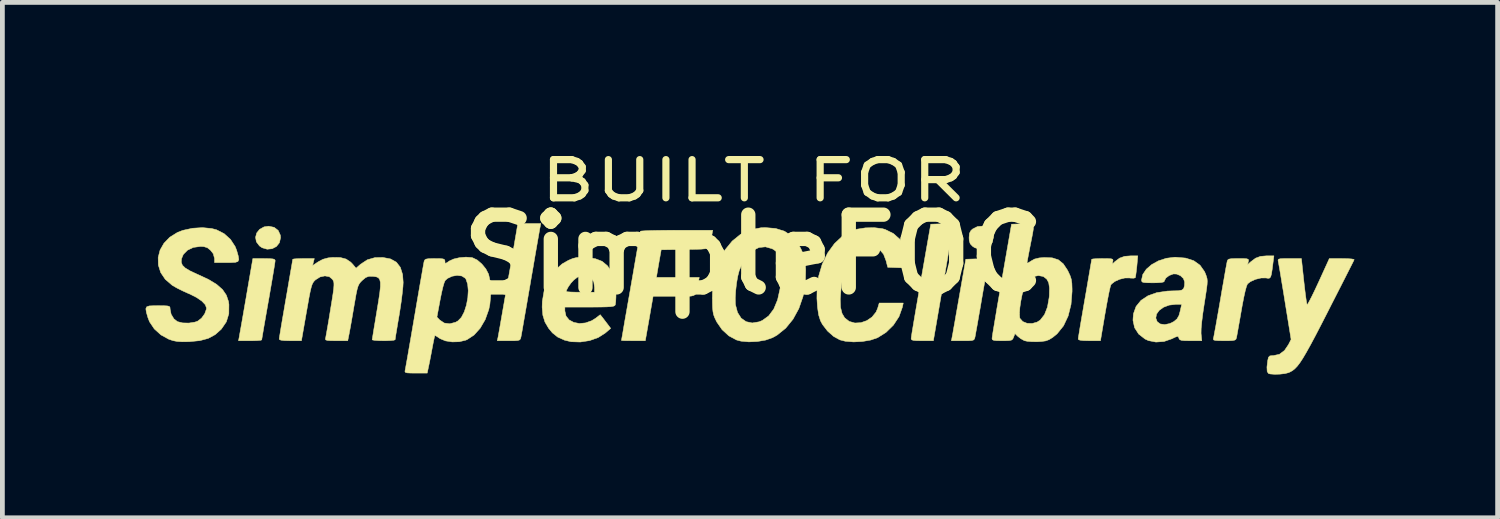
<source format=kicad_pcb>
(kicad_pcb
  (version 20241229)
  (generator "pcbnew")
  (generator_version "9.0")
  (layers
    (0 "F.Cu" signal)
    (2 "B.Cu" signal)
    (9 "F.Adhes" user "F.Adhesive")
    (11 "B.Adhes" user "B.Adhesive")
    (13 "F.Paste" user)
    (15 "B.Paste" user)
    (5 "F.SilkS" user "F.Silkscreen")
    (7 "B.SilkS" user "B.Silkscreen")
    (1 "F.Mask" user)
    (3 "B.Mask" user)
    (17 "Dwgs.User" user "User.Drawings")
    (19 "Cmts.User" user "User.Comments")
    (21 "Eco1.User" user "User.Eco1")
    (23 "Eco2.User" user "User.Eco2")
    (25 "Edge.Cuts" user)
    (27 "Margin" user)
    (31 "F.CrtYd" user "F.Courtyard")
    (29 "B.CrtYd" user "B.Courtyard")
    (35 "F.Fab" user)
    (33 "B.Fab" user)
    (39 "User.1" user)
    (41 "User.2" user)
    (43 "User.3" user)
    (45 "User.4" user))
  (footprint "SimpleFOC"
    (layer "F.Cu")
    (at 12.733 2.281)
    (property "Reference" "SimpleFOC" (at 0 0 0) (layer "F.SilkS") (effects (font (size 1.524 1.524) (thickness 0.3))))
    (attr through_hole)
    (fp_poly (pts (xy -10.04 -0.569) (xy -9.956 -0.504) (xy -9.911 -0.405) (xy -9.906 -0.353) (xy -9.93 -0.247) (xy -9.993 -0.168) (xy -10.083 -0.121) (xy -10.187 -0.111) (xy -10.293 -0.142) (xy -10.348 -0.18) (xy -10.413 -0.266) (xy -10.43 -0.36) (xy -10.406 -0.451) (xy -10.344 -0.528) (xy -10.251 -0.579) (xy -10.157 -0.593) (xy -10.04 -0.569)) (stroke (width 0.01) (type solid)) (fill yes) (layer "F.SilkS"))
    (fp_poly (pts (xy 4.899 -0.562) (xy 4.976 -0.496) (xy 5.019 -0.402) (xy 5.024 -0.353) (xy 4.999 -0.247) (xy 4.936 -0.168) (xy 4.845 -0.121) (xy 4.74 -0.111) (xy 4.634 -0.143) (xy 4.59 -0.171) (xy 4.54 -0.224) (xy 4.519 -0.291) (xy 4.516 -0.353) (xy 4.523 -0.442) (xy 4.554 -0.501) (xy 4.59 -0.534) (xy 4.693 -0.586) (xy 4.8 -0.594) (xy 4.899 -0.562)) (stroke (width 0.01) (type solid)) (fill yes) (layer "F.SilkS"))
    (fp_poly (pts (xy 4.14 -0.64) (xy 4.173 -0.626) (xy 4.178 -0.615) (xy 4.173 -0.58) (xy 4.16 -0.496) (xy 4.139 -0.368) (xy 4.112 -0.201) (xy 4.079 -0.003) (xy 4.041 0.221) (xy 3.999 0.465) (xy 3.973 0.614) (xy 3.768 1.806) (xy 3.535 1.806) (xy 3.42 1.805) (xy 3.35 1.799) (xy 3.314 1.787) (xy 3.303 1.765) (xy 3.303 1.757) (xy 3.308 1.719) (xy 3.321 1.632) (xy 3.343 1.501) (xy 3.371 1.333) (xy 3.405 1.134) (xy 3.444 0.909) (xy 3.486 0.665) (xy 3.508 0.536) (xy 3.713 -0.635) (xy 3.945 -0.643) (xy 4.066 -0.645) (xy 4.14 -0.64)) (stroke (width 0.01) (type solid)) (fill yes) (layer "F.SilkS"))
    (fp_poly (pts (xy -10.135 0.087) (xy -10.063 0.093) (xy -10.028 0.107) (xy -10.019 0.127) (xy -10.024 0.165) (xy -10.037 0.251) (xy -10.058 0.378) (xy -10.085 0.538) (xy -10.117 0.724) (xy -10.152 0.928) (xy -10.16 0.971) (xy -10.196 1.176) (xy -10.229 1.364) (xy -10.257 1.525) (xy -10.279 1.655) (xy -10.294 1.744) (xy -10.301 1.787) (xy -10.301 1.789) (xy -10.327 1.797) (xy -10.397 1.803) (xy -10.497 1.806) (xy -10.544 1.806) (xy -10.787 1.806) (xy -10.772 1.729) (xy -10.764 1.681) (xy -10.747 1.586) (xy -10.723 1.451) (xy -10.694 1.285) (xy -10.661 1.094) (xy -10.625 0.888) (xy -10.622 0.868) (xy -10.487 0.085) (xy -10.253 0.085) (xy -10.135 0.087)) (stroke (width 0.01) (type solid)) (fill yes) (layer "F.SilkS"))
    (fp_poly (pts (xy 4.879 0.09) (xy 4.915 0.099) (xy 4.925 0.117) (xy 4.922 0.133) (xy 4.915 0.174) (xy 4.899 0.262) (xy 4.876 0.39) (xy 4.848 0.55) (xy 4.815 0.733) (xy 4.783 0.917) (xy 4.749 1.118) (xy 4.716 1.303) (xy 4.688 1.466) (xy 4.664 1.597) (xy 4.648 1.688) (xy 4.64 1.729) (xy 4.63 1.766) (xy 4.612 1.789) (xy 4.574 1.801) (xy 4.503 1.806) (xy 4.388 1.806) (xy 4.146 1.806) (xy 4.163 1.714) (xy 4.173 1.663) (xy 4.19 1.564) (xy 4.215 1.426) (xy 4.244 1.257) (xy 4.278 1.066) (xy 4.314 0.861) (xy 4.314 0.861) (xy 4.447 0.099) (xy 4.691 0.091) (xy 4.808 0.088) (xy 4.879 0.09)) (stroke (width 0.01) (type solid)) (fill yes) (layer "F.SilkS"))
    (fp_poly (pts (xy -4.47 -0.572) (xy -4.479 -0.527) (xy -4.495 -0.433) (xy -4.519 -0.297) (xy -4.549 -0.125) (xy -4.584 0.076) (xy -4.622 0.3) (xy -4.664 0.54) (xy -4.67 0.579) (xy -4.712 0.82) (xy -4.751 1.047) (xy -4.787 1.253) (xy -4.818 1.43) (xy -4.842 1.572) (xy -4.86 1.672) (xy -4.87 1.725) (xy -4.871 1.729) (xy -4.881 1.766) (xy -4.899 1.789) (xy -4.937 1.801) (xy -5.008 1.806) (xy -5.123 1.806) (xy -5.367 1.806) (xy -5.35 1.729) (xy -5.342 1.685) (xy -5.326 1.596) (xy -5.303 1.466) (xy -5.275 1.304) (xy -5.242 1.116) (xy -5.206 0.909) (xy -5.168 0.691) (xy -5.129 0.468) (xy -5.09 0.248) (xy -5.054 0.037) (xy -5.02 -0.157) (xy -4.991 -0.328) (xy -4.967 -0.467) (xy -4.95 -0.569) (xy -4.94 -0.627) (xy -4.939 -0.637) (xy -4.913 -0.642) (xy -4.843 -0.647) (xy -4.743 -0.649) (xy -4.697 -0.649) (xy -4.455 -0.649) (xy -4.47 -0.572)) (stroke (width 0.01) (type solid)) (fill yes) (layer "F.SilkS"))
    (fp_poly (pts (xy 8.03 0.247) (xy 8.018 0.353) (xy 8.007 0.437) (xy 7.998 0.483) (xy 7.996 0.487) (xy 7.963 0.496) (xy 7.896 0.494) (xy 7.876 0.491) (xy 7.778 0.492) (xy 7.669 0.519) (xy 7.569 0.564) (xy 7.499 0.619) (xy 7.485 0.639) (xy 7.472 0.682) (xy 7.451 0.772) (xy 7.426 0.898) (xy 7.397 1.052) (xy 7.367 1.223) (xy 7.362 1.249) (xy 7.268 1.806) (xy 7.035 1.806) (xy 6.91 1.803) (xy 6.836 1.794) (xy 6.804 1.778) (xy 6.802 1.77) (xy 6.806 1.734) (xy 6.82 1.65) (xy 6.84 1.525) (xy 6.867 1.366) (xy 6.899 1.181) (xy 6.934 0.976) (xy 6.943 0.926) (xy 6.979 0.719) (xy 7.011 0.531) (xy 7.039 0.368) (xy 7.061 0.238) (xy 7.077 0.147) (xy 7.083 0.103) (xy 7.084 0.101) (xy 7.11 0.093) (xy 7.179 0.088) (xy 7.278 0.085) (xy 7.313 0.085) (xy 7.426 0.086) (xy 7.492 0.09) (xy 7.524 0.101) (xy 7.531 0.122) (xy 7.526 0.144) (xy 7.511 0.204) (xy 7.572 0.148) (xy 7.67 0.075) (xy 7.774 0.038) (xy 7.904 0.028) (xy 8.05 0.028) (xy 8.03 0.247)) (stroke (width 0.01) (type solid)) (fill yes) (layer "F.SilkS"))
    (fp_poly (pts (xy -0.878 -0.374) (xy -0.893 -0.282) (xy -0.906 -0.214) (xy -0.925 -0.167) (xy -0.958 -0.137) (xy -1.014 -0.12) (xy -1.099 -0.112) (xy -1.223 -0.109) (xy -1.394 -0.107) (xy -1.432 -0.106) (xy -1.933 -0.099) (xy -1.966 0.085) (xy -1.986 0.2) (xy -2.005 0.31) (xy -2.016 0.374) (xy -2.033 0.48) (xy -1.136 0.48) (xy -1.162 0.614) (xy -1.179 0.712) (xy -1.194 0.782) (xy -1.214 0.829) (xy -1.249 0.857) (xy -1.306 0.871) (xy -1.396 0.876) (xy -1.527 0.875) (xy -1.659 0.875) (xy -2.103 0.875) (xy -2.184 1.341) (xy -2.266 1.806) (xy -2.516 1.806) (xy -2.627 1.805) (xy -2.712 1.804) (xy -2.76 1.801) (xy -2.766 1.799) (xy -2.761 1.771) (xy -2.747 1.693) (xy -2.726 1.571) (xy -2.699 1.411) (xy -2.665 1.219) (xy -2.627 1.001) (xy -2.585 0.763) (xy -2.568 0.664) (xy -2.525 0.418) (xy -2.486 0.19) (xy -2.45 -0.014) (xy -2.42 -0.19) (xy -2.396 -0.33) (xy -2.38 -0.429) (xy -2.371 -0.48) (xy -2.371 -0.486) (xy -2.344 -0.492) (xy -2.267 -0.497) (xy -2.149 -0.502) (xy -1.997 -0.505) (xy -1.817 -0.507) (xy -1.617 -0.508) (xy -0.854 -0.508) (xy -0.878 -0.374)) (stroke (width 0.01) (type solid)) (fill yes) (layer "F.SilkS"))
    (fp_poly (pts (xy 10.882 0.176) (xy 10.864 0.318) (xy 10.849 0.412) (xy 10.833 0.467) (xy 10.812 0.493) (xy 10.782 0.499) (xy 10.739 0.492) (xy 10.734 0.491) (xy 10.632 0.492) (xy 10.515 0.52) (xy 10.409 0.568) (xy 10.349 0.615) (xy 10.328 0.662) (xy 10.301 0.758) (xy 10.27 0.898) (xy 10.236 1.074) (xy 10.219 1.171) (xy 10.19 1.338) (xy 10.163 1.489) (xy 10.141 1.614) (xy 10.125 1.702) (xy 10.117 1.743) (xy 10.106 1.774) (xy 10.083 1.792) (xy 10.036 1.802) (xy 9.954 1.806) (xy 9.861 1.806) (xy 9.744 1.805) (xy 9.674 1.8) (xy 9.64 1.79) (xy 9.632 1.771) (xy 9.634 1.757) (xy 9.643 1.717) (xy 9.659 1.629) (xy 9.683 1.501) (xy 9.711 1.341) (xy 9.744 1.156) (xy 9.778 0.96) (xy 9.812 0.758) (xy 9.845 0.572) (xy 9.873 0.41) (xy 9.896 0.28) (xy 9.913 0.19) (xy 9.921 0.148) (xy 9.932 0.116) (xy 9.957 0.097) (xy 10.006 0.088) (xy 10.094 0.085) (xy 10.158 0.085) (xy 10.269 0.085) (xy 10.334 0.09) (xy 10.364 0.102) (xy 10.37 0.123) (xy 10.365 0.148) (xy 10.349 0.212) (xy 10.417 0.152) (xy 10.517 0.077) (xy 10.619 0.039) (xy 10.748 0.028) (xy 10.754 0.028) (xy 10.901 0.028) (xy 10.882 0.176)) (stroke (width 0.01) (type solid)) (fill yes) (layer "F.SilkS"))
    (fp_poly (pts (xy 2.699 -0.541) (xy 2.756 -0.525) (xy 2.931 -0.439) (xy 3.077 -0.309) (xy 3.186 -0.145) (xy 3.253 0.044) (xy 3.266 0.129) (xy 3.282 0.285) (xy 3.047 0.276) (xy 2.812 0.268) (xy 2.777 0.131) (xy 2.724 -0.008) (xy 2.644 -0.1) (xy 2.534 -0.15) (xy 2.496 -0.157) (xy 2.336 -0.156) (xy 2.194 -0.101) (xy 2.097 -0.021) (xy 2.018 0.073) (xy 1.958 0.177) (xy 1.911 0.301) (xy 1.874 0.456) (xy 1.842 0.654) (xy 1.834 0.72) (xy 1.817 0.935) (xy 1.823 1.104) (xy 1.855 1.234) (xy 1.91 1.327) (xy 2.006 1.402) (xy 2.124 1.435) (xy 2.25 1.428) (xy 2.374 1.385) (xy 2.483 1.31) (xy 2.567 1.206) (xy 2.601 1.126) (xy 2.634 1.016) (xy 3.137 1.016) (xy 3.117 1.108) (xy 3.048 1.301) (xy 2.931 1.479) (xy 2.776 1.631) (xy 2.6 1.742) (xy 2.455 1.792) (xy 2.28 1.822) (xy 2.096 1.831) (xy 1.924 1.817) (xy 1.81 1.788) (xy 1.677 1.715) (xy 1.55 1.602) (xy 1.445 1.465) (xy 1.403 1.387) (xy 1.365 1.266) (xy 1.341 1.105) (xy 1.329 0.92) (xy 1.332 0.728) (xy 1.35 0.543) (xy 1.366 0.452) (xy 1.441 0.199) (xy 1.553 -0.031) (xy 1.696 -0.228) (xy 1.864 -0.386) (xy 2.017 -0.479) (xy 2.166 -0.53) (xy 2.345 -0.558) (xy 2.53 -0.562) (xy 2.699 -0.541)) (stroke (width 0.01) (type solid)) (fill yes) (layer "F.SilkS"))
    (fp_poly (pts (xy 11.528 0.557) (xy 11.546 0.715) (xy 11.563 0.853) (xy 11.578 0.96) (xy 11.59 1.029) (xy 11.596 1.049) (xy 11.613 1.031) (xy 11.648 0.968) (xy 11.699 0.869) (xy 11.761 0.741) (xy 11.831 0.591) (xy 11.838 0.576) (xy 12.062 0.085) (xy 12.327 0.085) (xy 12.44 0.087) (xy 12.527 0.093) (xy 12.576 0.102) (xy 12.582 0.108) (xy 12.568 0.138) (xy 12.531 0.212) (xy 12.473 0.326) (xy 12.398 0.474) (xy 12.308 0.651) (xy 12.206 0.851) (xy 12.094 1.07) (xy 12.037 1.183) (xy 11.893 1.464) (xy 11.771 1.699) (xy 11.668 1.892) (xy 11.581 2.048) (xy 11.508 2.172) (xy 11.445 2.268) (xy 11.39 2.34) (xy 11.339 2.393) (xy 11.29 2.432) (xy 11.24 2.46) (xy 11.212 2.473) (xy 11.133 2.494) (xy 11.026 2.506) (xy 10.915 2.509) (xy 10.822 2.502) (xy 10.788 2.493) (xy 10.76 2.451) (xy 10.755 2.359) (xy 10.771 2.223) (xy 10.787 2.153) (xy 10.816 2.124) (xy 10.877 2.117) (xy 10.894 2.117) (xy 11.017 2.09) (xy 11.123 2.01) (xy 11.205 1.889) (xy 11.261 1.779) (xy 11.134 0.995) (xy 11.101 0.789) (xy 11.069 0.598) (xy 11.042 0.431) (xy 11.019 0.296) (xy 11.002 0.199) (xy 10.993 0.15) (xy 10.992 0.148) (xy 10.988 0.118) (xy 10.998 0.099) (xy 11.033 0.089) (xy 11.104 0.085) (xy 11.22 0.085) (xy 11.227 0.085) (xy 11.477 0.085) (xy 11.528 0.557)) (stroke (width 0.01) (type solid)) (fill yes) (layer "F.SilkS"))
    (fp_poly (pts (xy -3.495 0.062) (xy -3.313 0.088) (xy -3.171 0.143) (xy -3.059 0.236) (xy -2.967 0.372) (xy -2.956 0.393) (xy -2.915 0.483) (xy -2.892 0.567) (xy -2.881 0.665) (xy -2.879 0.779) (xy -2.881 0.893) (xy -2.886 0.988) (xy -2.894 1.048) (xy -2.896 1.056) (xy -2.909 1.072) (xy -2.938 1.084) (xy -2.991 1.092) (xy -3.076 1.097) (xy -3.2 1.1) (xy -3.371 1.101) (xy -3.432 1.101) (xy -3.951 1.101) (xy -3.951 1.182) (xy -3.927 1.289) (xy -3.862 1.37) (xy -3.765 1.422) (xy -3.648 1.445) (xy -3.519 1.433) (xy -3.389 1.387) (xy -3.306 1.335) (xy -3.21 1.261) (xy -3.156 1.329) (xy -3.099 1.404) (xy -3.047 1.472) (xy -2.991 1.547) (xy -3.104 1.644) (xy -3.253 1.739) (xy -3.433 1.803) (xy -3.628 1.833) (xy -3.82 1.827) (xy -3.958 1.794) (xy -4.102 1.729) (xy -4.212 1.641) (xy -4.29 1.547) (xy -4.368 1.415) (xy -4.412 1.272) (xy -4.427 1.104) (xy -4.423 0.981) (xy -4.388 0.775) (xy -3.923 0.775) (xy -3.897 0.781) (xy -3.826 0.786) (xy -3.721 0.789) (xy -3.627 0.79) (xy -3.33 0.79) (xy -3.33 0.69) (xy -3.345 0.575) (xy -3.392 0.499) (xy -3.469 0.457) (xy -3.581 0.44) (xy -3.686 0.474) (xy -3.763 0.533) (xy -3.823 0.598) (xy -3.878 0.675) (xy -3.914 0.743) (xy -3.923 0.775) (xy -4.388 0.775) (xy -4.382 0.74) (xy -4.297 0.525) (xy -4.171 0.342) (xy -4.008 0.197) (xy -3.873 0.12) (xy -3.784 0.083) (xy -3.706 0.064) (xy -3.615 0.058) (xy -3.495 0.062)) (stroke (width 0.01) (type solid)) (fill yes) (layer "F.SilkS"))
    (fp_poly (pts (xy 0.465 -0.545) (xy 0.65 -0.487) (xy 0.802 -0.386) (xy 0.926 -0.239) (xy 0.99 -0.126) (xy 1.037 -0.023) (xy 1.066 0.07) (xy 1.083 0.174) (xy 1.093 0.313) (xy 1.093 0.318) (xy 1.086 0.606) (xy 1.037 0.88) (xy 0.95 1.132) (xy 0.828 1.355) (xy 0.675 1.543) (xy 0.492 1.69) (xy 0.4 1.741) (xy 0.256 1.792) (xy 0.083 1.822) (xy -0.096 1.83) (xy -0.261 1.815) (xy -0.356 1.79) (xy -0.516 1.704) (xy -0.658 1.574) (xy -0.77 1.412) (xy -0.781 1.389) (xy -0.814 1.32) (xy -0.836 1.26) (xy -0.849 1.194) (xy -0.857 1.111) (xy -0.86 0.997) (xy -0.86 0.912) (xy -0.382 0.912) (xy -0.379 1.034) (xy -0.377 1.053) (xy -0.335 1.213) (xy -0.259 1.333) (xy -0.154 1.407) (xy -0.027 1.434) (xy 0.117 1.41) (xy 0.185 1.382) (xy 0.318 1.286) (xy 0.425 1.142) (xy 0.505 0.949) (xy 0.558 0.709) (xy 0.583 0.437) (xy 0.586 0.256) (xy 0.574 0.12) (xy 0.544 0.021) (xy 0.493 -0.052) (xy 0.417 -0.107) (xy 0.388 -0.122) (xy 0.251 -0.161) (xy 0.115 -0.147) (xy -0.014 -0.084) (xy -0.131 0.026) (xy -0.231 0.179) (xy -0.299 0.338) (xy -0.329 0.453) (xy -0.355 0.601) (xy -0.373 0.761) (xy -0.382 0.912) (xy -0.86 0.912) (xy -0.86 0.847) (xy -0.853 0.62) (xy -0.833 0.434) (xy -0.794 0.275) (xy -0.732 0.126) (xy -0.645 -0.027) (xy -0.606 -0.085) (xy -0.446 -0.281) (xy -0.268 -0.425) (xy -0.067 -0.518) (xy 0.156 -0.56) (xy 0.242 -0.564) (xy 0.465 -0.545)) (stroke (width 0.01) (type solid)) (fill yes) (layer "F.SilkS"))
    (fp_poly (pts (xy 9.053 0.075) (xy 9.222 0.13) (xy 9.353 0.224) (xy 9.447 0.357) (xy 9.472 0.414) (xy 9.489 0.463) (xy 9.501 0.507) (xy 9.505 0.558) (xy 9.502 0.624) (xy 9.491 0.716) (xy 9.472 0.843) (xy 9.445 1.016) (xy 9.442 1.033) (xy 9.412 1.233) (xy 9.39 1.409) (xy 9.377 1.55) (xy 9.375 1.649) (xy 9.376 1.664) (xy 9.39 1.806) (xy 9.157 1.806) (xy 9.041 1.805) (xy 8.97 1.799) (xy 8.932 1.786) (xy 8.914 1.762) (xy 8.911 1.752) (xy 8.899 1.722) (xy 8.878 1.715) (xy 8.831 1.732) (xy 8.761 1.766) (xy 8.599 1.822) (xy 8.43 1.834) (xy 8.272 1.803) (xy 8.201 1.77) (xy 8.068 1.666) (xy 7.983 1.534) (xy 7.949 1.378) (xy 7.952 1.331) (xy 8.427 1.331) (xy 8.457 1.409) (xy 8.521 1.455) (xy 8.614 1.468) (xy 8.719 1.447) (xy 8.808 1.403) (xy 8.872 1.348) (xy 8.912 1.278) (xy 8.936 1.192) (xy 8.969 1.044) (xy 8.844 1.044) (xy 8.707 1.06) (xy 8.59 1.104) (xy 8.499 1.169) (xy 8.443 1.247) (xy 8.427 1.331) (xy 7.952 1.331) (xy 7.959 1.241) (xy 8.014 1.088) (xy 8.116 0.962) (xy 8.262 0.865) (xy 8.447 0.799) (xy 8.669 0.766) (xy 8.779 0.762) (xy 8.899 0.759) (xy 8.973 0.745) (xy 9.012 0.711) (xy 9.028 0.649) (xy 9.031 0.574) (xy 9.006 0.503) (xy 8.943 0.443) (xy 8.861 0.409) (xy 8.794 0.407) (xy 8.707 0.44) (xy 8.639 0.491) (xy 8.608 0.547) (xy 8.608 0.555) (xy 8.593 0.574) (xy 8.544 0.586) (xy 8.453 0.592) (xy 8.368 0.593) (xy 8.251 0.592) (xy 8.18 0.587) (xy 8.143 0.576) (xy 8.13 0.555) (xy 8.128 0.534) (xy 8.155 0.417) (xy 8.229 0.307) (xy 8.342 0.21) (xy 8.484 0.132) (xy 8.647 0.079) (xy 8.821 0.057) (xy 8.842 0.057) (xy 9.053 0.075)) (stroke (width 0.01) (type solid)) (fill yes) (layer "F.SilkS"))
    (fp_poly (pts (xy 5.798 -0.647) (xy 5.84 -0.635) (xy 5.861 -0.602) (xy 5.863 -0.542) (xy 5.848 -0.446) (xy 5.821 -0.307) (xy 5.799 -0.198) (xy 5.773 -0.063) (xy 5.751 0.052) (xy 5.736 0.135) (xy 5.729 0.176) (xy 5.729 0.177) (xy 5.749 0.177) (xy 5.797 0.148) (xy 5.815 0.136) (xy 5.888 0.095) (xy 5.983 0.072) (xy 6.09 0.063) (xy 6.257 0.07) (xy 6.386 0.111) (xy 6.488 0.194) (xy 6.576 0.326) (xy 6.59 0.353) (xy 6.632 0.443) (xy 6.657 0.52) (xy 6.669 0.604) (xy 6.673 0.717) (xy 6.673 0.776) (xy 6.651 1.048) (xy 6.591 1.288) (xy 6.494 1.494) (xy 6.361 1.659) (xy 6.27 1.734) (xy 6.194 1.782) (xy 6.122 1.809) (xy 6.03 1.822) (xy 5.946 1.827) (xy 5.834 1.826) (xy 5.736 1.818) (xy 5.673 1.804) (xy 5.598 1.762) (xy 5.539 1.716) (xy 5.477 1.657) (xy 5.448 1.732) (xy 5.431 1.77) (xy 5.405 1.792) (xy 5.356 1.803) (xy 5.272 1.806) (xy 5.208 1.806) (xy 5.098 1.805) (xy 5.034 1.798) (xy 5.004 1.784) (xy 4.997 1.759) (xy 4.997 1.757) (xy 5.002 1.719) (xy 5.015 1.632) (xy 5.037 1.501) (xy 5.065 1.333) (xy 5.082 1.233) (xy 5.571 1.233) (xy 5.576 1.318) (xy 5.582 1.339) (xy 5.641 1.405) (xy 5.731 1.441) (xy 5.837 1.445) (xy 5.941 1.416) (xy 6.008 1.372) (xy 6.096 1.259) (xy 6.158 1.1) (xy 6.193 0.901) (xy 6.197 0.855) (xy 6.2 0.702) (xy 6.184 0.592) (xy 6.144 0.517) (xy 6.077 0.465) (xy 6.065 0.459) (xy 5.968 0.441) (xy 5.86 0.464) (xy 5.76 0.521) (xy 5.733 0.547) (xy 5.697 0.609) (xy 5.661 0.711) (xy 5.627 0.84) (xy 5.599 0.98) (xy 5.579 1.115) (xy 5.571 1.233) (xy 5.082 1.233) (xy 5.098 1.134) (xy 5.137 0.909) (xy 5.179 0.665) (xy 5.201 0.536) (xy 5.405 -0.635) (xy 5.637 -0.643) (xy 5.731 -0.647) (xy 5.798 -0.647)) (stroke (width 0.01) (type solid)) (fill yes) (layer "F.SilkS"))
    (fp_poly (pts (xy -11.348 -0.544) (xy -11.248 -0.518) (xy -11.089 -0.437) (xy -10.955 -0.316) (xy -10.858 -0.168) (xy -10.826 -0.087) (xy -10.793 0.029) (xy -10.781 0.104) (xy -10.799 0.146) (xy -10.853 0.164) (xy -10.951 0.169) (xy -11.035 0.169) (xy -11.289 0.169) (xy -11.289 0.082) (xy -11.316 -0.016) (xy -11.371 -0.087) (xy -11.439 -0.142) (xy -11.512 -0.165) (xy -11.585 -0.169) (xy -11.732 -0.149) (xy -11.855 -0.091) (xy -11.943 -0.002) (xy -11.981 0.089) (xy -11.986 0.161) (xy -11.963 0.224) (xy -11.904 0.282) (xy -11.804 0.342) (xy -11.657 0.411) (xy -11.629 0.423) (xy -11.411 0.525) (xy -11.244 0.627) (xy -11.122 0.734) (xy -11.042 0.851) (xy -10.997 0.984) (xy -10.988 1.047) (xy -10.99 1.241) (xy -11.042 1.41) (xy -11.145 1.56) (xy -11.15 1.566) (xy -11.277 1.679) (xy -11.422 1.757) (xy -11.597 1.804) (xy -11.812 1.825) (xy -11.825 1.826) (xy -11.967 1.828) (xy -12.072 1.821) (xy -12.159 1.804) (xy -12.246 1.775) (xy -12.412 1.684) (xy -12.551 1.558) (xy -12.651 1.409) (xy -12.684 1.324) (xy -12.717 1.21) (xy -12.728 1.137) (xy -12.71 1.096) (xy -12.656 1.077) (xy -12.557 1.073) (xy -12.474 1.072) (xy -12.354 1.073) (xy -12.279 1.077) (xy -12.239 1.086) (xy -12.223 1.106) (xy -12.22 1.137) (xy -12.22 1.144) (xy -12.198 1.253) (xy -12.14 1.348) (xy -12.066 1.406) (xy -11.957 1.433) (xy -11.826 1.436) (xy -11.699 1.416) (xy -11.641 1.395) (xy -11.561 1.333) (xy -11.495 1.242) (xy -11.46 1.145) (xy -11.458 1.118) (xy -11.484 1.05) (xy -11.556 0.975) (xy -11.667 0.899) (xy -11.807 0.828) (xy -11.83 0.819) (xy -11.953 0.764) (xy -12.075 0.703) (xy -12.172 0.647) (xy -12.178 0.643) (xy -12.321 0.52) (xy -12.417 0.377) (xy -12.466 0.222) (xy -12.47 0.063) (xy -12.43 -0.093) (xy -12.348 -0.237) (xy -12.226 -0.363) (xy -12.065 -0.463) (xy -11.953 -0.506) (xy -11.75 -0.55) (xy -11.542 -0.563) (xy -11.348 -0.544)) (stroke (width 0.01) (type solid)) (fill yes) (layer "F.SilkS"))
    (fp_poly (pts (xy -5.903 0.064) (xy -5.885 0.068) (xy -5.789 0.114) (xy -5.691 0.198) (xy -5.606 0.302) (xy -5.549 0.412) (xy -5.548 0.416) (xy -5.52 0.542) (xy -5.506 0.702) (xy -5.507 0.876) (xy -5.522 1.041) (xy -5.544 1.151) (xy -5.62 1.364) (xy -5.726 1.545) (xy -5.854 1.687) (xy -6 1.783) (xy -6.03 1.795) (xy -6.164 1.827) (xy -6.312 1.831) (xy -6.452 1.809) (xy -6.565 1.762) (xy -6.578 1.753) (xy -6.636 1.714) (xy -6.671 1.697) (xy -6.674 1.698) (xy -6.683 1.728) (xy -6.699 1.801) (xy -6.719 1.903) (xy -6.73 1.961) (xy -6.755 2.094) (xy -6.78 2.224) (xy -6.801 2.327) (xy -6.806 2.349) (xy -6.834 2.484) (xy -7.073 2.484) (xy -7.188 2.483) (xy -7.257 2.479) (xy -7.292 2.468) (xy -7.301 2.449) (xy -7.296 2.42) (xy -7.288 2.379) (xy -7.272 2.288) (xy -7.248 2.155) (xy -7.219 1.986) (xy -7.184 1.786) (xy -7.146 1.564) (xy -7.105 1.325) (xy -7.103 1.31) (xy -6.631 1.31) (xy -6.571 1.373) (xy -6.477 1.436) (xy -6.362 1.451) (xy -6.24 1.419) (xy -6.189 1.39) (xy -6.118 1.316) (xy -6.058 1.201) (xy -6.013 1.06) (xy -5.984 0.906) (xy -5.975 0.756) (xy -5.987 0.622) (xy -6.022 0.518) (xy -6.039 0.495) (xy -6.109 0.45) (xy -6.207 0.437) (xy -6.312 0.455) (xy -6.409 0.5) (xy -6.459 0.546) (xy -6.479 0.591) (xy -6.505 0.679) (xy -6.533 0.798) (xy -6.561 0.936) (xy -6.564 0.952) (xy -6.631 1.31) (xy -7.103 1.31) (xy -7.098 1.284) (xy -7.057 1.043) (xy -7.018 0.817) (xy -6.983 0.614) (xy -6.952 0.439) (xy -6.928 0.299) (xy -6.91 0.201) (xy -6.901 0.151) (xy -6.9 0.148) (xy -6.888 0.116) (xy -6.862 0.097) (xy -6.81 0.088) (xy -6.72 0.085) (xy -6.674 0.085) (xy -6.566 0.086) (xy -6.503 0.092) (xy -6.473 0.106) (xy -6.463 0.131) (xy -6.463 0.143) (xy -6.46 0.179) (xy -6.444 0.184) (xy -6.401 0.157) (xy -6.373 0.137) (xy -6.281 0.095) (xy -6.157 0.066) (xy -6.023 0.055) (xy -5.903 0.064)) (stroke (width 0.01) (type solid)) (fill yes) (layer "F.SilkS"))
    (fp_poly (pts (xy -8.656 0.063) (xy -8.534 0.095) (xy -8.436 0.161) (xy -8.395 0.204) (xy -8.325 0.287) (xy -8.229 0.203) (xy -8.089 0.111) (xy -7.929 0.065) (xy -7.763 0.062) (xy -7.602 0.093) (xy -7.48 0.161) (xy -7.397 0.269) (xy -7.35 0.419) (xy -7.338 0.583) (xy -7.343 0.676) (xy -7.357 0.811) (xy -7.377 0.974) (xy -7.403 1.149) (xy -7.422 1.27) (xy -7.45 1.431) (xy -7.473 1.572) (xy -7.492 1.684) (xy -7.503 1.759) (xy -7.507 1.785) (xy -7.533 1.795) (xy -7.603 1.802) (xy -7.703 1.806) (xy -7.747 1.806) (xy -7.855 1.804) (xy -7.938 1.798) (xy -7.982 1.789) (xy -7.987 1.785) (xy -7.982 1.752) (xy -7.969 1.672) (xy -7.95 1.553) (xy -7.925 1.405) (xy -7.897 1.235) (xy -7.889 1.187) (xy -7.853 0.969) (xy -7.828 0.801) (xy -7.815 0.674) (xy -7.815 0.585) (xy -7.829 0.525) (xy -7.856 0.488) (xy -7.899 0.468) (xy -7.958 0.459) (xy -7.979 0.457) (xy -8.061 0.458) (xy -8.123 0.482) (xy -8.193 0.54) (xy -8.195 0.542) (xy -8.232 0.579) (xy -8.26 0.617) (xy -8.283 0.665) (xy -8.303 0.733) (xy -8.324 0.832) (xy -8.348 0.97) (xy -8.366 1.072) (xy -8.394 1.237) (xy -8.421 1.394) (xy -8.445 1.529) (xy -8.464 1.629) (xy -8.469 1.658) (xy -8.499 1.806) (xy -8.739 1.806) (xy -8.855 1.805) (xy -8.925 1.8) (xy -8.959 1.789) (xy -8.967 1.77) (xy -8.964 1.757) (xy -8.956 1.715) (xy -8.94 1.626) (xy -8.918 1.501) (xy -8.892 1.348) (xy -8.864 1.176) (xy -8.86 1.151) (xy -8.829 0.961) (xy -8.807 0.819) (xy -8.793 0.715) (xy -8.788 0.643) (xy -8.789 0.594) (xy -8.797 0.56) (xy -8.811 0.532) (xy -8.816 0.524) (xy -8.884 0.465) (xy -8.977 0.448) (xy -9.079 0.47) (xy -9.173 0.529) (xy -9.202 0.557) (xy -9.225 0.588) (xy -9.246 0.63) (xy -9.265 0.691) (xy -9.286 0.779) (xy -9.31 0.901) (xy -9.339 1.066) (xy -9.364 1.206) (xy -9.469 1.806) (xy -9.701 1.806) (xy -9.826 1.803) (xy -9.9 1.794) (xy -9.932 1.778) (xy -9.934 1.77) (xy -9.93 1.734) (xy -9.916 1.65) (xy -9.896 1.525) (xy -9.869 1.366) (xy -9.837 1.181) (xy -9.802 0.976) (xy -9.793 0.926) (xy -9.757 0.719) (xy -9.725 0.531) (xy -9.697 0.368) (xy -9.674 0.238) (xy -9.659 0.147) (xy -9.652 0.103) (xy -9.652 0.101) (xy -9.626 0.093) (xy -9.557 0.088) (xy -9.458 0.085) (xy -9.426 0.085) (xy -9.199 0.085) (xy -9.218 0.158) (xy -9.236 0.232) (xy -9.116 0.152) (xy -9.018 0.1) (xy -8.911 0.071) (xy -8.816 0.061) (xy -8.656 0.063)) (stroke (width 0.01) (type solid)) (fill yes) (layer "F.SilkS"))
    (fp_text user "BUILT FOR" (at 0 -1.55 0) (layer "F.SilkS") (effects (font (size 0.8 1.15) (thickness 0.15)))))
  (gr_rect
    (start -3 -3)
    (end 28.32 7.796)
    (stroke (width 0.1) (type default))
    (fill no)
    (layer "Edge.Cuts")))
</source>
